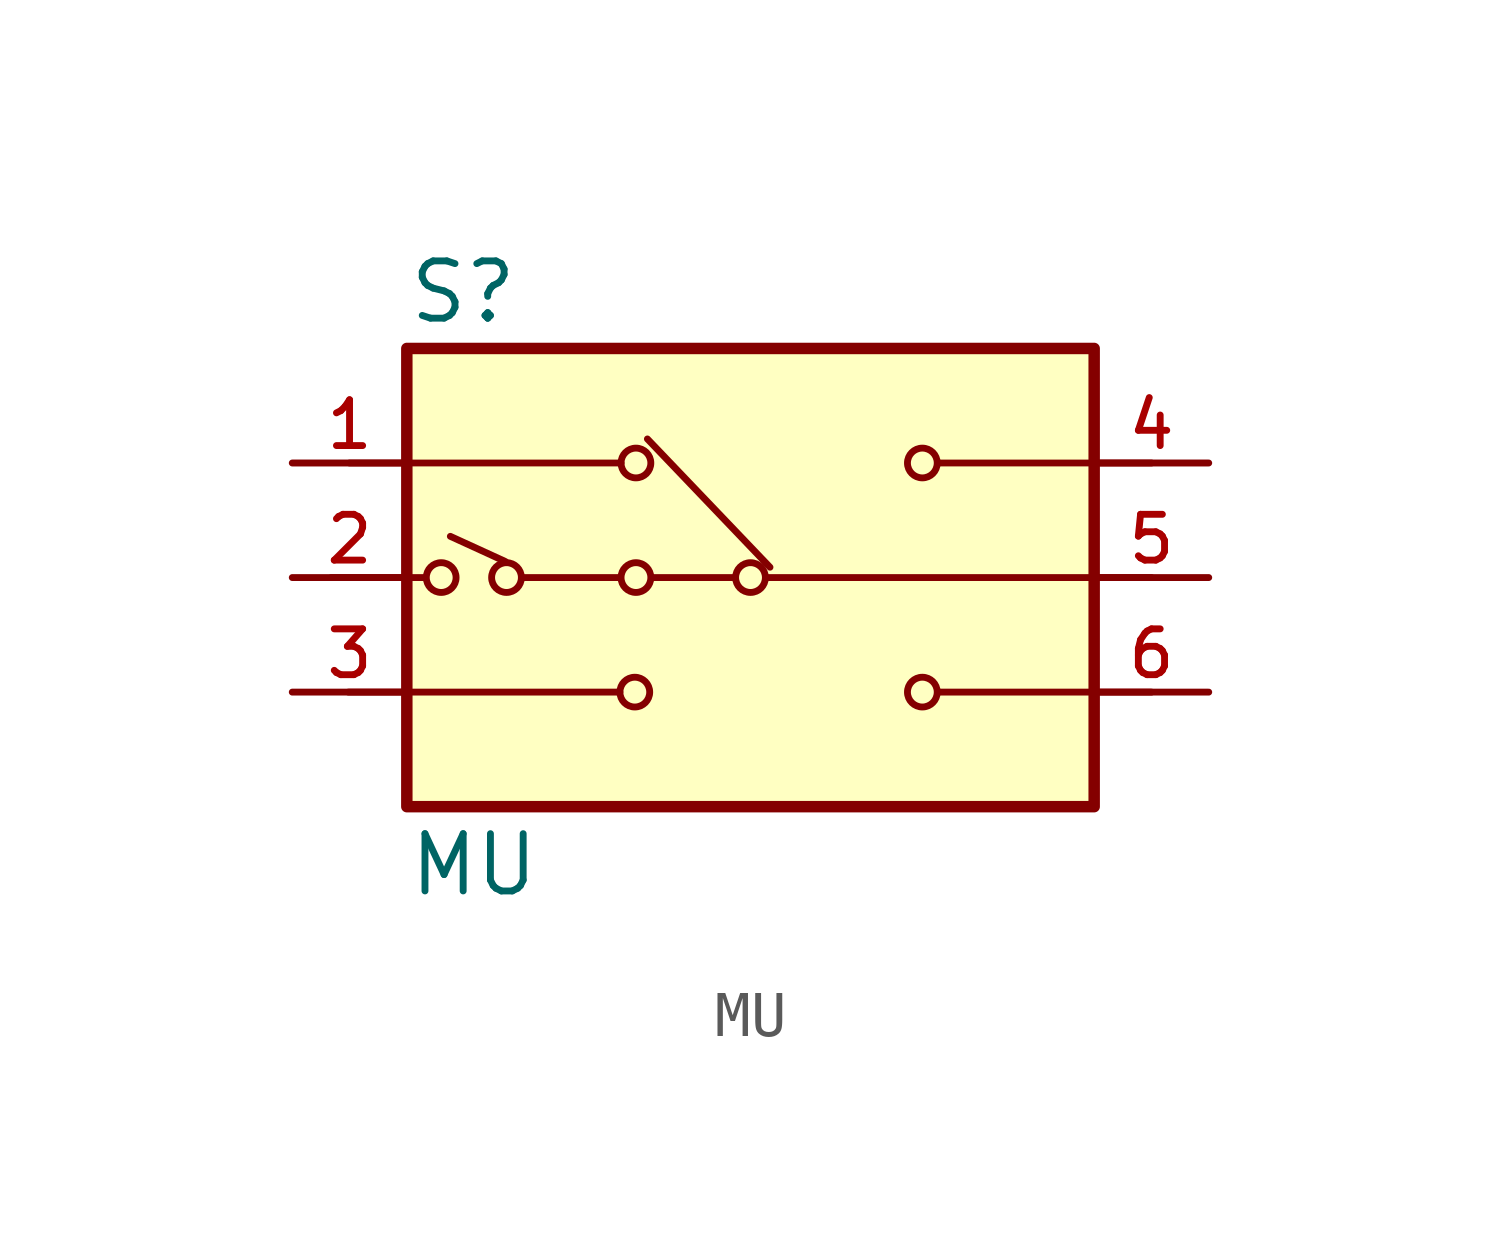
<source format=kicad_sym>
(kicad_symbol_lib
  (version 20241209)
  (generator "kicad_symbol_editor")
  (generator_version "9.0")
  (symbol "MU"
    (property "Reference" "S"
      (at -7.62 5.588 0)
      (effects (font (size 1.27 1.27)) (justify left bottom)))
    (property "Value" "MU"
      (at -7.62 -7.112 0)
      (effects (font (size 1.27 1.27)) (justify left bottom)))
    (symbol "MU_0_0"
      (polyline (pts (xy -9.296 0) (xy -7.214 0)) (stroke (width 0.152) (type default)) (fill (type none)))
      (polyline (pts (xy -8.915 -2.54) (xy -2.896 -2.54)) (stroke (width 0.152) (type default)) (fill (type none)))
      (polyline (pts (xy -8.89 2.54) (xy -2.87 2.54)) (stroke (width 0.152) (type default)) (fill (type none)))
      (rectangle (start -7.62 5.08) (end 7.62 -5.08) (stroke (width 0.254) (type default)) (fill (type background)))
      (circle (center -6.858 0) (radius 0.33) (stroke (width 0.152) (type default)) (fill (type none)))
      (polyline (pts (xy -6.655 0.914) (xy -5.436 0.356)) (stroke (width 0.152) (type default)) (fill (type none)))
      (circle (center -5.41 0) (radius 0.33) (stroke (width 0.152) (type default)) (fill (type none)))
      (polyline (pts (xy -5.08 0) (xy -2.921 0)) (stroke (width 0.152) (type default)) (fill (type none)))
      (circle (center -2.565 -2.54) (radius 0.33) (stroke (width 0.152) (type default)) (fill (type none)))
      (circle (center -2.54 2.54) (radius 0.33) (stroke (width 0.152) (type default)) (fill (type none)))
      (circle (center -2.54 0) (radius 0.33) (stroke (width 0.152) (type default)) (fill (type none)))
      (polyline (pts (xy -2.286 3.073) (xy 0.432 0.229)) (stroke (width 0.152) (type default)) (fill (type none)))
      (polyline (pts (xy -2.184 0) (xy -0.356 0)) (stroke (width 0.152) (type default)) (fill (type none)))
      (circle (center 0 0) (radius 0.33) (stroke (width 0.152) (type default)) (fill (type none)))
      (polyline (pts (xy 0.4 0) (xy 8.89 0)) (stroke (width 0.152) (type default)) (fill (type none)))
      (circle (center 3.81 2.54) (radius 0.33) (stroke (width 0.152) (type default)) (fill (type none)))
      (circle (center 3.81 -2.54) (radius 0.33) (stroke (width 0.152) (type default)) (fill (type none)))
      (polyline (pts (xy 4.191 2.54) (xy 8.89 2.54)) (stroke (width 0.152) (type default)) (fill (type none)))
      (polyline (pts (xy 4.191 -2.54) (xy 8.89 -2.54)) (stroke (width 0.152) (type default)) (fill (type none)))
      (pin passive line (at -10.16 0 0) (length 2.54) (name "~" (effects (font (size 1.016 1.016)))) (number "2" (effects (font (size 1.016 1.016)))))
      (pin passive line (at -10.16 -2.54 0) (length 2.54) (name "~" (effects (font (size 1.016 1.016)))) (number "3" (effects (font (size 1.016 1.016)))))
      (pin passive line (at 10.16 2.54 180) (length 2.54) (name "~" (effects (font (size 1.016 1.016)))) (number "4" (effects (font (size 1.016 1.016)))))
      (pin passive line (at 10.16 0 180) (length 2.54) (name "~" (effects (font (size 1.016 1.016)))) (number "5" (effects (font (size 1.016 1.016)))))
      (pin passive line (at 10.16 -2.54 180) (length 2.54) (name "~" (effects (font (size 1.016 1.016)))) (number "6" (effects (font (size 1.016 1.016))))))
    (symbol "MU_1_0"
      (pin passive line (at -10.16 2.54 0) (length 2.54) (name "~" (effects (font (size 1.016 1.016)))) (number "1" (effects (font (size 1.016 1.016))))))))
</source>
